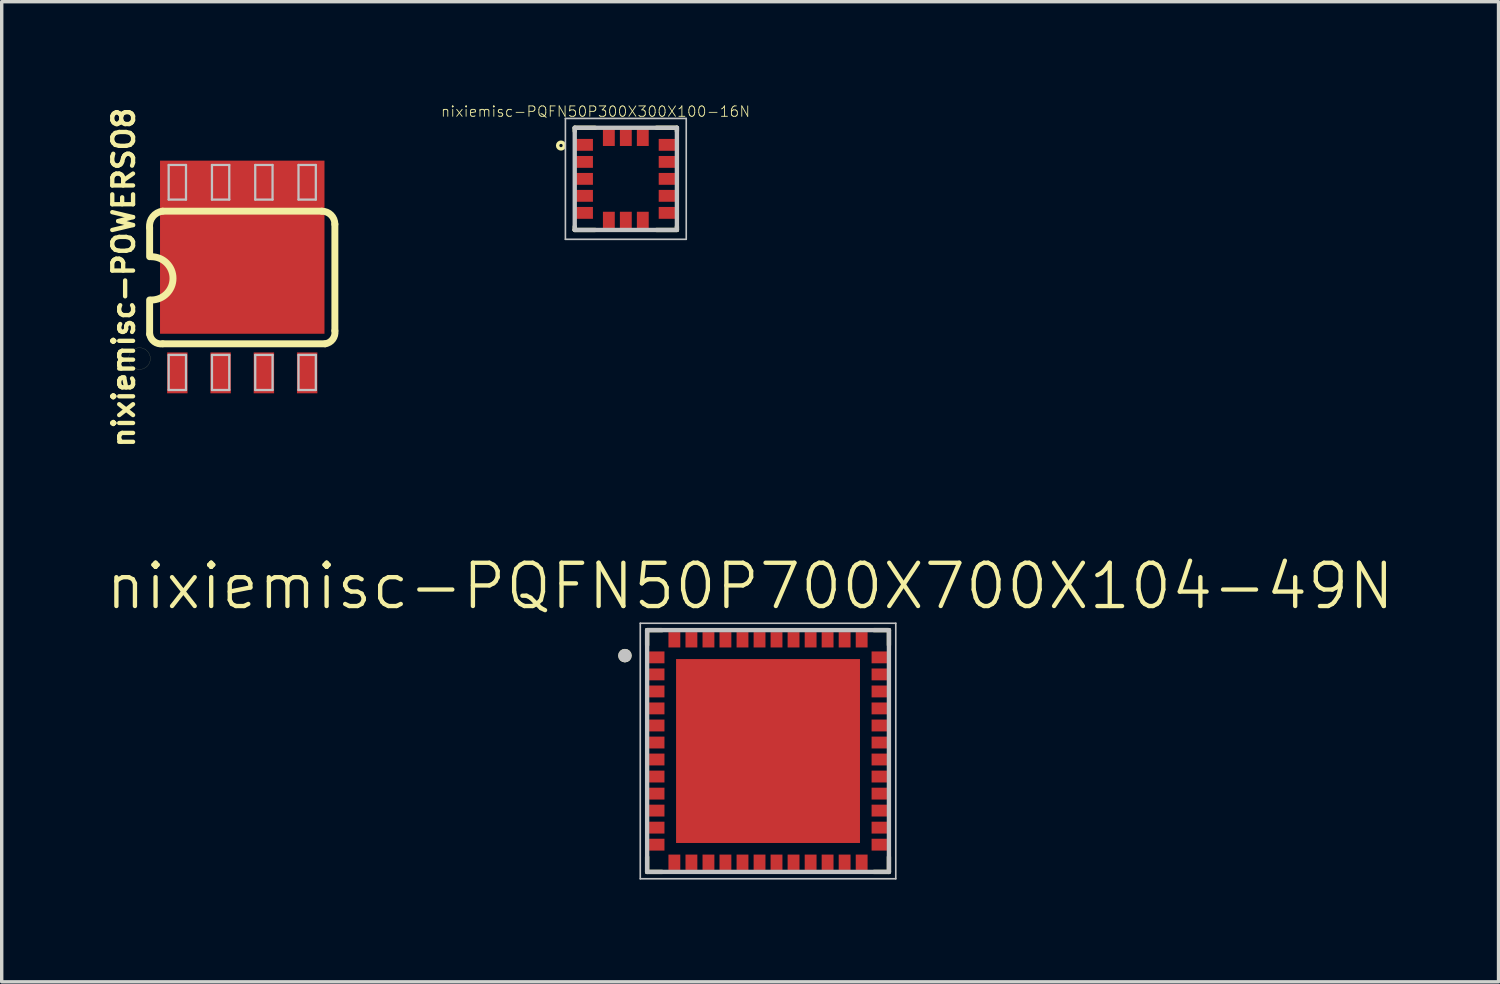
<source format=kicad_pcb>
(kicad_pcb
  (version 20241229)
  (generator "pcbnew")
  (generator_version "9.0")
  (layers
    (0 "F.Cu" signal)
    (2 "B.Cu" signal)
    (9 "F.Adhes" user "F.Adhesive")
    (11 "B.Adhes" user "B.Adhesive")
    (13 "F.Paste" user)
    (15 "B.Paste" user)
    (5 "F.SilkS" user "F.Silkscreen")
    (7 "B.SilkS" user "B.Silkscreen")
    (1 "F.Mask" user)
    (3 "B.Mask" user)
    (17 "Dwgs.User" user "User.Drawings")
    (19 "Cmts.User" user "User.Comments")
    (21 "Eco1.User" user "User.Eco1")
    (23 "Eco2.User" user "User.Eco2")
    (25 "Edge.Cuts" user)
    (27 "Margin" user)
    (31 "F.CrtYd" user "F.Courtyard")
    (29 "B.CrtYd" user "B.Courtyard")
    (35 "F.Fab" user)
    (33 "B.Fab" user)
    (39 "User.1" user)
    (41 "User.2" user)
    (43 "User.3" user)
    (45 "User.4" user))
  (footprint "nixiemisc-POWERSO8"
    (layer "F.Cu")
    (at 4.059 5.093)
    (property "Reference" "nixiemisc-POWERSO8" (at -3.48 0 90) (unlocked yes) (layer "F.SilkS") (effects (font (size 0.61 0.61) (thickness 0.127))))
    (attr smd)
    (fp_line (start -2.718 -1.45) (end -2.718 -0.61) (stroke (width 0.203) (type solid)) (layer "F.SilkS"))
    (fp_line (start -2.718 1.664) (end -2.718 0.66) (stroke (width 0.203) (type solid)) (layer "F.SilkS"))
    (fp_line (start -2.337 1.946) (end 2.436 1.946) (stroke (width 0.203) (type solid)) (layer "F.SilkS"))
    (fp_line (start 2.337 -1.946) (end -2.337 -1.946) (stroke (width 0.203) (type solid)) (layer "F.SilkS"))
    (fp_line (start 2.718 1.565) (end 2.718 -1.565) (stroke (width 0.203) (type solid)) (layer "F.SilkS"))
    (fp_arc (start -2.7178 -1.46304) (mid -2.62725 -1.783248) (end -2.3368 -1.94564) (stroke (width 0.2032) (type solid)) (layer "F.SilkS"))
    (fp_arc (start -2.667 -0.6096) (mid -2.032 0.0254) (end -2.667 0.6604) (stroke (width 0.2032) (type solid)) (layer "F.SilkS"))
    (fp_arc (start -2.3368 1.94564) (mid -2.584422 1.883052) (end -2.71526 1.6637) (stroke (width 0.2032) (type solid)) (layer "F.SilkS"))
    (fp_arc (start 2.3368 -1.94564) (mid 2.606208 -1.834048) (end 2.7178 -1.56464) (stroke (width 0.2032) (type solid)) (layer "F.SilkS"))
    (fp_arc (start 2.7178 1.56464) (mid 2.654468 1.814058) (end 2.43332 1.94564) (stroke (width 0.2032) (type solid)) (layer "F.SilkS"))
    (fp_poly (pts (xy -2.697 2.38) (xy -2.705 2.309) (xy -2.728 2.243) (xy -2.766 2.182) (xy -2.817 2.131) (xy -2.878 2.093) (xy -2.944 2.07) (xy -3.015 2.062) (xy -3.086 2.07) (xy -3.152 2.093) (xy -3.213 2.131) (xy -3.264 2.182) (xy -3.302 2.243) (xy -3.325 2.309) (xy -3.332 2.38) (xy -3.325 2.451) (xy -3.302 2.517) (xy -3.264 2.578) (xy -3.213 2.629) (xy -3.152 2.667) (xy -3.086 2.69) (xy -3.015 2.697) (xy -2.944 2.69) (xy -2.878 2.667) (xy -2.817 2.629) (xy -2.766 2.578) (xy -2.728 2.517) (xy -2.705 2.451) (xy -2.697 2.38)) (stroke (width 0.003) (type solid)) (fill no) (layer "F.SilkS"))
    (fp_line (start -2.159 -3.302) (end -1.651 -3.302) (stroke (width 0.066) (type solid)) (layer "Dwgs.User"))
    (fp_line (start -2.159 -2.286) (end -2.159 -3.302) (stroke (width 0.066) (type solid)) (layer "Dwgs.User"))
    (fp_line (start -2.159 -2.286) (end -1.651 -2.286) (stroke (width 0.066) (type solid)) (layer "Dwgs.User"))
    (fp_line (start -2.159 2.273) (end -1.651 2.273) (stroke (width 0.066) (type solid)) (layer "Dwgs.User"))
    (fp_line (start -2.159 3.302) (end -2.159 2.273) (stroke (width 0.066) (type solid)) (layer "Dwgs.User"))
    (fp_line (start -2.159 3.302) (end -1.651 3.302) (stroke (width 0.066) (type solid)) (layer "Dwgs.User"))
    (fp_line (start -1.651 -2.286) (end -1.651 -3.302) (stroke (width 0.066) (type solid)) (layer "Dwgs.User"))
    (fp_line (start -1.651 3.302) (end -1.651 2.273) (stroke (width 0.066) (type solid)) (layer "Dwgs.User"))
    (fp_line (start -0.889 -3.302) (end -0.381 -3.302) (stroke (width 0.066) (type solid)) (layer "Dwgs.User"))
    (fp_line (start -0.889 -2.286) (end -0.889 -3.302) (stroke (width 0.066) (type solid)) (layer "Dwgs.User"))
    (fp_line (start -0.889 -2.286) (end -0.381 -2.286) (stroke (width 0.066) (type solid)) (layer "Dwgs.User"))
    (fp_line (start -0.889 2.273) (end -0.381 2.273) (stroke (width 0.066) (type solid)) (layer "Dwgs.User"))
    (fp_line (start -0.889 3.302) (end -0.889 2.273) (stroke (width 0.066) (type solid)) (layer "Dwgs.User"))
    (fp_line (start -0.889 3.302) (end -0.381 3.302) (stroke (width 0.066) (type solid)) (layer "Dwgs.User"))
    (fp_line (start -0.381 -2.286) (end -0.381 -3.302) (stroke (width 0.066) (type solid)) (layer "Dwgs.User"))
    (fp_line (start -0.381 3.302) (end -0.381 2.273) (stroke (width 0.066) (type solid)) (layer "Dwgs.User"))
    (fp_line (start 0.381 -3.302) (end 0.889 -3.302) (stroke (width 0.066) (type solid)) (layer "Dwgs.User"))
    (fp_line (start 0.381 -2.286) (end 0.381 -3.302) (stroke (width 0.066) (type solid)) (layer "Dwgs.User"))
    (fp_line (start 0.381 -2.286) (end 0.889 -2.286) (stroke (width 0.066) (type solid)) (layer "Dwgs.User"))
    (fp_line (start 0.381 2.273) (end 0.889 2.273) (stroke (width 0.066) (type solid)) (layer "Dwgs.User"))
    (fp_line (start 0.381 3.302) (end 0.381 2.273) (stroke (width 0.066) (type solid)) (layer "Dwgs.User"))
    (fp_line (start 0.381 3.302) (end 0.889 3.302) (stroke (width 0.066) (type solid)) (layer "Dwgs.User"))
    (fp_line (start 0.889 -2.286) (end 0.889 -3.302) (stroke (width 0.066) (type solid)) (layer "Dwgs.User"))
    (fp_line (start 0.889 3.302) (end 0.889 2.273) (stroke (width 0.066) (type solid)) (layer "Dwgs.User"))
    (fp_line (start 1.651 -3.302) (end 2.159 -3.302) (stroke (width 0.066) (type solid)) (layer "Dwgs.User"))
    (fp_line (start 1.651 -2.286) (end 1.651 -3.302) (stroke (width 0.066) (type solid)) (layer "Dwgs.User"))
    (fp_line (start 1.651 -2.286) (end 2.159 -2.286) (stroke (width 0.066) (type solid)) (layer "Dwgs.User"))
    (fp_line (start 1.651 2.273) (end 2.159 2.273) (stroke (width 0.066) (type solid)) (layer "Dwgs.User"))
    (fp_line (start 1.651 3.302) (end 1.651 2.273) (stroke (width 0.066) (type solid)) (layer "Dwgs.User"))
    (fp_line (start 1.651 3.302) (end 2.159 3.302) (stroke (width 0.066) (type solid)) (layer "Dwgs.User"))
    (fp_line (start 2.159 -2.286) (end 2.159 -3.302) (stroke (width 0.066) (type solid)) (layer "Dwgs.User"))
    (fp_line (start 2.159 3.302) (end 2.159 2.273) (stroke (width 0.066) (type solid)) (layer "Dwgs.User"))
    (pad "0" smd rect (at 0 -0.889) (size 4.826 5.08) (layers "F.Cu" "F.Mask" "F.Paste"))
    (pad "1" smd rect (at -1.905 2.799) (size 0.599 1.199) (layers "F.Cu" "F.Mask" "F.Paste"))
    (pad "2" smd rect (at -0.635 2.799) (size 0.599 1.199) (layers "F.Cu" "F.Mask" "F.Paste"))
    (pad "3" smd rect (at 0.635 2.799) (size 0.599 1.199) (layers "F.Cu" "F.Mask" "F.Paste"))
    (pad "4" smd rect (at 1.905 2.799) (size 0.599 1.199) (layers "F.Cu" "F.Mask" "F.Paste"))
    (pad "5" smd rect (at 1.905 -2.799) (size 0.599 1.199) (layers "F.Cu" "F.Mask" "F.Paste"))
    (pad "6" smd rect (at 0.635 -2.799) (size 0.599 1.199) (layers "F.Cu" "F.Mask" "F.Paste"))
    (pad "7" smd rect (at -0.635 -2.799) (size 0.599 1.199) (layers "F.Cu" "F.Mask" "F.Paste"))
    (pad "8" smd rect (at -1.905 -2.799) (size 0.599 1.199) (layers "F.Cu" "F.Mask" "F.Paste")))
  (footprint "nixiemisc-PQFN50P700X700X104-49N"
    (layer "F.Cu")
    (at 19.488 18.989)
    (property "Reference" "nixiemisc-PQFN50P700X700X104-49N" (at -0.526 -4.836 0) (unlocked yes) (layer "F.SilkS") (effects (font (size 1.27 1.27) (thickness 0.127))))
    (attr smd)
    (fp_line (start -3.548 -3.548) (end -3.109 -3.548) (stroke (width 0.127) (type solid)) (layer "F.SilkS"))
    (fp_line (start -3.548 -3.109) (end -3.548 -3.548) (stroke (width 0.127) (type solid)) (layer "F.SilkS"))
    (fp_line (start -3.548 3.109) (end -3.548 3.548) (stroke (width 0.127) (type solid)) (layer "F.SilkS"))
    (fp_line (start -3.548 3.548) (end -3.109 3.548) (stroke (width 0.127) (type solid)) (layer "F.SilkS"))
    (fp_line (start 3.548 -3.548) (end 3.109 -3.548) (stroke (width 0.127) (type solid)) (layer "F.SilkS"))
    (fp_line (start 3.548 -3.109) (end 3.548 -3.548) (stroke (width 0.127) (type solid)) (layer "F.SilkS"))
    (fp_line (start 3.548 3.109) (end 3.548 3.548) (stroke (width 0.127) (type solid)) (layer "F.SilkS"))
    (fp_line (start 3.548 3.548) (end 3.109 3.548) (stroke (width 0.127) (type solid)) (layer "F.SilkS"))
    (fp_circle (center -4.199 -2.799) (end -4.199 -2.898) (stroke (width 0.198) (type solid)) (fill no) (layer "F.SilkS"))
    (fp_line (start -2.304 -0.394) (end -2.304 -2.304) (stroke (width 0.066) (type solid)) (layer "F.Paste"))
    (fp_line (start -2.304 0.394) (end -2.304 2.304) (stroke (width 0.066) (type solid)) (layer "F.Paste"))
    (fp_line (start -0.394 -2.304) (end -2.304 -2.304) (stroke (width 0.066) (type solid)) (layer "F.Paste"))
    (fp_line (start -0.394 -0.394) (end -2.304 -0.394) (stroke (width 0.066) (type solid)) (layer "F.Paste"))
    (fp_line (start -0.394 -0.394) (end -0.394 -2.304) (stroke (width 0.066) (type solid)) (layer "F.Paste"))
    (fp_line (start -0.394 0.394) (end -2.304 0.394) (stroke (width 0.066) (type solid)) (layer "F.Paste"))
    (fp_line (start -0.394 0.394) (end -0.394 2.304) (stroke (width 0.066) (type solid)) (layer "F.Paste"))
    (fp_line (start -0.394 2.304) (end -2.304 2.304) (stroke (width 0.066) (type solid)) (layer "F.Paste"))
    (fp_line (start 0.394 -2.304) (end 2.304 -2.304) (stroke (width 0.066) (type solid)) (layer "F.Paste"))
    (fp_line (start 0.394 -0.394) (end 0.394 -2.304) (stroke (width 0.066) (type solid)) (layer "F.Paste"))
    (fp_line (start 0.394 -0.394) (end 2.304 -0.394) (stroke (width 0.066) (type solid)) (layer "F.Paste"))
    (fp_line (start 0.394 0.394) (end 0.394 2.304) (stroke (width 0.066) (type solid)) (layer "F.Paste"))
    (fp_line (start 0.394 0.394) (end 2.304 0.394) (stroke (width 0.066) (type solid)) (layer "F.Paste"))
    (fp_line (start 0.394 2.304) (end 2.304 2.304) (stroke (width 0.066) (type solid)) (layer "F.Paste"))
    (fp_line (start 2.304 -0.394) (end 2.304 -2.304) (stroke (width 0.066) (type solid)) (layer "F.Paste"))
    (fp_line (start 2.304 0.394) (end 2.304 2.304) (stroke (width 0.066) (type solid)) (layer "F.Paste"))
    (fp_line (start -3.749 -3.749) (end -3.749 3.749) (stroke (width 0.048) (type solid)) (layer "Dwgs.User"))
    (fp_line (start -3.749 3.749) (end 3.749 3.749) (stroke (width 0.048) (type solid)) (layer "Dwgs.User"))
    (fp_line (start -3.548 -3.548) (end 3.548 -3.548) (stroke (width 0.127) (type solid)) (layer "Dwgs.User"))
    (fp_line (start -3.548 3.548) (end -3.548 -3.548) (stroke (width 0.127) (type solid)) (layer "Dwgs.User"))
    (fp_line (start 3.548 -3.548) (end 3.548 3.548) (stroke (width 0.127) (type solid)) (layer "Dwgs.User"))
    (fp_line (start 3.548 3.548) (end -3.548 3.548) (stroke (width 0.127) (type solid)) (layer "Dwgs.User"))
    (fp_line (start 3.749 -3.749) (end -3.749 -3.749) (stroke (width 0.048) (type solid)) (layer "Dwgs.User"))
    (fp_line (start 3.749 3.749) (end 3.749 -3.749) (stroke (width 0.048) (type solid)) (layer "Dwgs.User"))
    (fp_circle (center -4.199 -2.799) (end -4.199 -2.898) (stroke (width 0.198) (type solid)) (fill no) (layer "Dwgs.User"))
    (pad "1" smd rect (at -3.264 -2.748 180) (size 0.45 0.348) (layers "F.Cu" "F.Mask" "F.Paste"))
    (pad "2" smd rect (at -3.264 -2.248 180) (size 0.45 0.348) (layers "F.Cu" "F.Mask" "F.Paste"))
    (pad "3" smd rect (at -3.264 -1.748 180) (size 0.45 0.348) (layers "F.Cu" "F.Mask" "F.Paste"))
    (pad "4" smd rect (at -3.264 -1.25 180) (size 0.45 0.348) (layers "F.Cu" "F.Mask" "F.Paste"))
    (pad "5" smd rect (at -3.264 -0.749 180) (size 0.45 0.348) (layers "F.Cu" "F.Mask" "F.Paste"))
    (pad "6" smd rect (at -3.264 -0.249 180) (size 0.45 0.348) (layers "F.Cu" "F.Mask" "F.Paste"))
    (pad "7" smd rect (at -3.264 0.249 180) (size 0.45 0.348) (layers "F.Cu" "F.Mask" "F.Paste"))
    (pad "8" smd rect (at -3.264 0.749 180) (size 0.45 0.348) (layers "F.Cu" "F.Mask" "F.Paste"))
    (pad "9" smd rect (at -3.264 1.25 180) (size 0.45 0.348) (layers "F.Cu" "F.Mask" "F.Paste"))
    (pad "10" smd rect (at -3.264 1.748 180) (size 0.45 0.348) (layers "F.Cu" "F.Mask" "F.Paste"))
    (pad "11" smd rect (at -3.264 2.248 180) (size 0.45 0.348) (layers "F.Cu" "F.Mask" "F.Paste"))
    (pad "12" smd rect (at -3.264 2.748 180) (size 0.45 0.348) (layers "F.Cu" "F.Mask" "F.Paste"))
    (pad "13" smd rect (at -2.748 3.264 270) (size 0.45 0.348) (layers "F.Cu" "F.Mask" "F.Paste"))
    (pad "14" smd rect (at -2.248 3.264 270) (size 0.45 0.348) (layers "F.Cu" "F.Mask" "F.Paste"))
    (pad "15" smd rect (at -1.748 3.264 270) (size 0.45 0.348) (layers "F.Cu" "F.Mask" "F.Paste"))
    (pad "16" smd rect (at -1.25 3.264 270) (size 0.45 0.348) (layers "F.Cu" "F.Mask" "F.Paste"))
    (pad "17" smd rect (at -0.749 3.264 270) (size 0.45 0.348) (layers "F.Cu" "F.Mask" "F.Paste"))
    (pad "18" smd rect (at -0.249 3.264 270) (size 0.45 0.348) (layers "F.Cu" "F.Mask" "F.Paste"))
    (pad "19" smd rect (at 0.249 3.264 270) (size 0.45 0.348) (layers "F.Cu" "F.Mask" "F.Paste"))
    (pad "20" smd rect (at 0.749 3.264 270) (size 0.45 0.348) (layers "F.Cu" "F.Mask" "F.Paste"))
    (pad "21" smd rect (at 1.25 3.264 270) (size 0.45 0.348) (layers "F.Cu" "F.Mask" "F.Paste"))
    (pad "22" smd rect (at 1.748 3.264 270) (size 0.45 0.348) (layers "F.Cu" "F.Mask" "F.Paste"))
    (pad "23" smd rect (at 2.248 3.264 270) (size 0.45 0.348) (layers "F.Cu" "F.Mask" "F.Paste"))
    (pad "24" smd rect (at 2.748 3.264 270) (size 0.45 0.348) (layers "F.Cu" "F.Mask" "F.Paste"))
    (pad "25" smd rect (at 3.264 2.748) (size 0.45 0.348) (layers "F.Cu" "F.Mask" "F.Paste"))
    (pad "26" smd rect (at 3.264 2.248) (size 0.45 0.348) (layers "F.Cu" "F.Mask" "F.Paste"))
    (pad "27" smd rect (at 3.264 1.748) (size 0.45 0.348) (layers "F.Cu" "F.Mask" "F.Paste"))
    (pad "28" smd rect (at 3.264 1.25) (size 0.45 0.348) (layers "F.Cu" "F.Mask" "F.Paste"))
    (pad "29" smd rect (at 3.264 0.749) (size 0.45 0.348) (layers "F.Cu" "F.Mask" "F.Paste"))
    (pad "30" smd rect (at 3.264 0.249) (size 0.45 0.348) (layers "F.Cu" "F.Mask" "F.Paste"))
    (pad "31" smd rect (at 3.264 -0.249) (size 0.45 0.348) (layers "F.Cu" "F.Mask" "F.Paste"))
    (pad "32" smd rect (at 3.264 -0.749) (size 0.45 0.348) (layers "F.Cu" "F.Mask" "F.Paste"))
    (pad "33" smd rect (at 3.264 -1.25) (size 0.45 0.348) (layers "F.Cu" "F.Mask" "F.Paste"))
    (pad "34" smd rect (at 3.264 -1.748) (size 0.45 0.348) (layers "F.Cu" "F.Mask" "F.Paste"))
    (pad "35" smd rect (at 3.264 -2.248) (size 0.45 0.348) (layers "F.Cu" "F.Mask" "F.Paste"))
    (pad "36" smd rect (at 3.264 -2.748) (size 0.45 0.348) (layers "F.Cu" "F.Mask" "F.Paste"))
    (pad "37" smd rect (at 2.748 -3.264 90) (size 0.45 0.348) (layers "F.Cu" "F.Mask" "F.Paste"))
    (pad "38" smd rect (at 2.248 -3.264 90) (size 0.45 0.348) (layers "F.Cu" "F.Mask" "F.Paste"))
    (pad "39" smd rect (at 1.748 -3.264 90) (size 0.45 0.348) (layers "F.Cu" "F.Mask" "F.Paste"))
    (pad "40" smd rect (at 1.25 -3.264 90) (size 0.45 0.348) (layers "F.Cu" "F.Mask" "F.Paste"))
    (pad "41" smd rect (at 0.749 -3.264 90) (size 0.45 0.348) (layers "F.Cu" "F.Mask" "F.Paste"))
    (pad "42" smd rect (at 0.249 -3.264 90) (size 0.45 0.348) (layers "F.Cu" "F.Mask" "F.Paste"))
    (pad "43" smd rect (at -0.249 -3.264 90) (size 0.45 0.348) (layers "F.Cu" "F.Mask" "F.Paste"))
    (pad "44" smd rect (at -0.749 -3.264 90) (size 0.45 0.348) (layers "F.Cu" "F.Mask" "F.Paste"))
    (pad "45" smd rect (at -1.25 -3.264 90) (size 0.45 0.348) (layers "F.Cu" "F.Mask" "F.Paste"))
    (pad "46" smd rect (at -1.748 -3.264 90) (size 0.45 0.348) (layers "F.Cu" "F.Mask" "F.Paste"))
    (pad "47" smd rect (at -2.248 -3.264 90) (size 0.45 0.348) (layers "F.Cu" "F.Mask" "F.Paste"))
    (pad "48" smd rect (at -2.748 -3.264 90) (size 0.45 0.348) (layers "F.Cu" "F.Mask" "F.Paste"))
    (pad "49" smd rect (at 0 0) (size 5.397 5.397) (layers "F.Cu" "F.Mask" "F.Paste")))
  (footprint "nixiemisc-PQFN50P300X300X100-16N"
    (layer "F.Cu")
    (at 15.315 2.199)
    (property "Reference" "nixiemisc-PQFN50P300X300X100-16N" (at -0.889 -1.976 0) (unlocked yes) (layer "F.SilkS") (effects (font (size 0.305 0.305) (thickness 0.025))))
    (attr smd)
    (fp_line (start -1.499 -1.499) (end -0.899 -1.499) (stroke (width 0.127) (type solid)) (layer "F.SilkS"))
    (fp_line (start -1.499 -1.4) (end -1.499 -1.499) (stroke (width 0.127) (type solid)) (layer "F.SilkS"))
    (fp_line (start -1.499 1.4) (end -1.499 1.499) (stroke (width 0.127) (type solid)) (layer "F.SilkS"))
    (fp_line (start -1.499 1.499) (end -0.899 1.499) (stroke (width 0.127) (type solid)) (layer "F.SilkS"))
    (fp_line (start 0.899 -1.499) (end 1.499 -1.499) (stroke (width 0.127) (type solid)) (layer "F.SilkS"))
    (fp_line (start 0.899 1.499) (end 1.499 1.499) (stroke (width 0.127) (type solid)) (layer "F.SilkS"))
    (fp_line (start 1.499 -1.499) (end 1.499 -1.4) (stroke (width 0.127) (type solid)) (layer "F.SilkS"))
    (fp_line (start 1.499 1.499) (end 1.499 1.4) (stroke (width 0.127) (type solid)) (layer "F.SilkS"))
    (fp_circle (center -1.902 -0.978) (end -1.902 -1.077) (stroke (width 0.1) (type solid)) (fill no) (layer "F.SilkS"))
    (fp_line (start -1.773 -1.773) (end 1.773 -1.773) (stroke (width 0.048) (type solid)) (layer "Dwgs.User"))
    (fp_line (start -1.773 1.773) (end -1.773 -1.773) (stroke (width 0.048) (type solid)) (layer "Dwgs.User"))
    (fp_line (start -1.499 -1.499) (end 1.499 -1.499) (stroke (width 0.127) (type solid)) (layer "Dwgs.User"))
    (fp_line (start -1.499 1.499) (end -1.499 -1.499) (stroke (width 0.127) (type solid)) (layer "Dwgs.User"))
    (fp_line (start 1.499 -1.499) (end 1.499 1.499) (stroke (width 0.127) (type solid)) (layer "Dwgs.User"))
    (fp_line (start 1.499 1.499) (end -1.499 1.499) (stroke (width 0.127) (type solid)) (layer "Dwgs.User"))
    (fp_line (start 1.773 -1.773) (end 1.773 1.773) (stroke (width 0.048) (type solid)) (layer "Dwgs.User"))
    (fp_line (start 1.773 1.773) (end -1.773 1.773) (stroke (width 0.048) (type solid)) (layer "Dwgs.User"))
    (pad "1" smd rect (at -1.224 -0.998) (size 0.518 0.348) (layers "F.Cu" "F.Mask" "F.Paste"))
    (pad "2" smd rect (at -1.224 -0.498) (size 0.518 0.348) (layers "F.Cu" "F.Mask" "F.Paste"))
    (pad "3" smd rect (at -1.224 0) (size 0.518 0.348) (layers "F.Cu" "F.Mask" "F.Paste"))
    (pad "4" smd rect (at -1.224 0.498) (size 0.518 0.348) (layers "F.Cu" "F.Mask" "F.Paste"))
    (pad "5" smd rect (at -1.224 0.998) (size 0.518 0.348) (layers "F.Cu" "F.Mask" "F.Paste"))
    (pad "6" smd rect (at -0.498 1.224 90) (size 0.518 0.348) (layers "F.Cu" "F.Mask" "F.Paste"))
    (pad "7" smd rect (at 0 1.224 90) (size 0.518 0.348) (layers "F.Cu" "F.Mask" "F.Paste"))
    (pad "8" smd rect (at 0.498 1.224 90) (size 0.518 0.348) (layers "F.Cu" "F.Mask" "F.Paste"))
    (pad "9" smd rect (at 1.224 0.998 180) (size 0.518 0.348) (layers "F.Cu" "F.Mask" "F.Paste"))
    (pad "10" smd rect (at 1.224 0.498 180) (size 0.518 0.348) (layers "F.Cu" "F.Mask" "F.Paste"))
    (pad "11" smd rect (at 1.224 0 180) (size 0.518 0.348) (layers "F.Cu" "F.Mask" "F.Paste"))
    (pad "12" smd rect (at 1.224 -0.498 180) (size 0.518 0.348) (layers "F.Cu" "F.Mask" "F.Paste"))
    (pad "13" smd rect (at 1.224 -0.998 180) (size 0.518 0.348) (layers "F.Cu" "F.Mask" "F.Paste"))
    (pad "14" smd rect (at 0.498 -1.224 90) (size 0.518 0.348) (layers "F.Cu" "F.Mask" "F.Paste"))
    (pad "15" smd rect (at 0 -1.224 90) (size 0.518 0.348) (layers "F.Cu" "F.Mask" "F.Paste"))
    (pad "16" smd rect (at -0.498 -1.224 90) (size 0.518 0.348) (layers "F.Cu" "F.Mask" "F.Paste")))
  (gr_rect
    (start -3 -3)
    (end 40.925 25.762)
    (stroke (width 0.1) (type default))
    (fill no)
    (layer "Edge.Cuts")))
</source>
